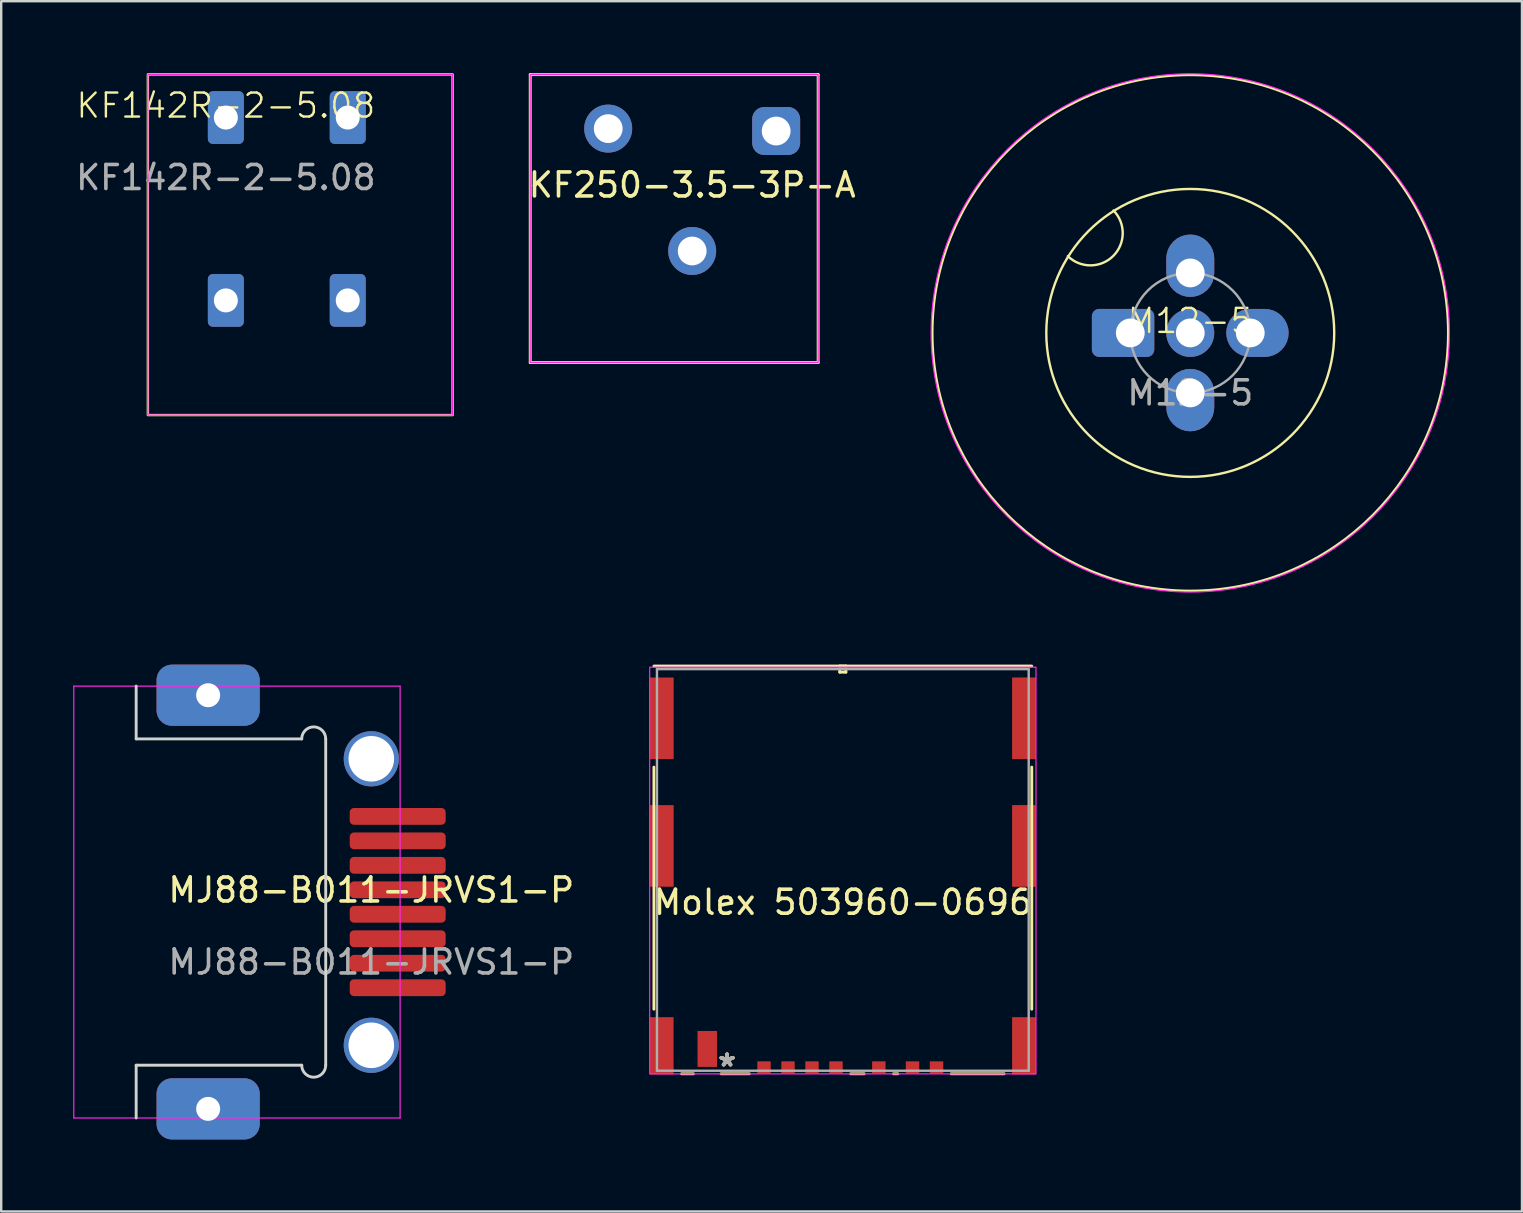
<source format=kicad_pcb>
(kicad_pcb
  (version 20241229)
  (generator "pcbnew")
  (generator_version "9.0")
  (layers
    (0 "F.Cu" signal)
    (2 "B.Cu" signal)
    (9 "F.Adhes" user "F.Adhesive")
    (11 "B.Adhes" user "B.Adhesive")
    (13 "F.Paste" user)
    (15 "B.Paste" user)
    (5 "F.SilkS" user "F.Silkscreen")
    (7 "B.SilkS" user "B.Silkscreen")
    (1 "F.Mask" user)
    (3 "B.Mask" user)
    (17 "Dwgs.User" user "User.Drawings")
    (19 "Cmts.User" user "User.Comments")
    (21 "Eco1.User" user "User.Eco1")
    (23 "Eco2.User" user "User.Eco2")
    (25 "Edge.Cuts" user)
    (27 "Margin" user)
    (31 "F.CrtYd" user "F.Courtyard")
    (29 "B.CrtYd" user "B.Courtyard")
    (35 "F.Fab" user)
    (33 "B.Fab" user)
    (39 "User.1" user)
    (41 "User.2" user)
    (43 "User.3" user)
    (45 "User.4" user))
  (footprint "Molex 503960-0696"
    (layer "F.Cu")
    (at 32.077 33.206)
    (property "Reference" "Molex 503960-0696" (at 0 1.35 0) (layer "F.SilkS") (effects (font (size 1 1) (thickness 0.15))))
    (attr through_hole)
    (fp_line (start -7.874 -4.285) (end -7.874 5.804) (stroke (width 0.12) (type solid)) (layer "F.SilkS"))
    (fp_line (start -6.722 8.496) (end -6.226 8.496) (stroke (width 0.12) (type solid)) (layer "F.SilkS"))
    (fp_line (start -5.074 8.496) (end -3.897 8.496) (stroke (width 0.12) (type solid)) (layer "F.SilkS"))
    (fp_line (start -0.127 -8.496) (end -0.127 -8.242) (stroke (width 0.12) (type solid)) (layer "F.SilkS"))
    (fp_line (start -0.127 -8.242) (end 0.127 -8.242) (stroke (width 0.12) (type solid)) (layer "F.SilkS"))
    (fp_line (start 0.127 -8.496) (end -0.127 -8.496) (stroke (width 0.12) (type solid)) (layer "F.SilkS"))
    (fp_line (start 0.127 -8.242) (end 0.127 -8.496) (stroke (width 0.12) (type solid)) (layer "F.SilkS"))
    (fp_line (start 0.327 8.496) (end 0.888 8.496) (stroke (width 0.12) (type solid)) (layer "F.SilkS"))
    (fp_line (start 2.112 8.496) (end 2.293 8.496) (stroke (width 0.12) (type solid)) (layer "F.SilkS"))
    (fp_line (start 4.517 8.496) (end 6.722 8.496) (stroke (width 0.12) (type solid)) (layer "F.SilkS"))
    (fp_line (start 7.874 -8.496) (end -7.874 -8.496) (stroke (width 0.12) (type solid)) (layer "F.SilkS"))
    (fp_line (start 7.874 5.804) (end 7.874 -4.285) (stroke (width 0.12) (type solid)) (layer "F.SilkS"))
    (fp_rect (start -8.05 -8.45) (end 8.05 8.5) (stroke (width 0.05) (type solid)) (fill no) (layer "F.CrtYd"))
    (fp_line (start -7.747 -8.369) (end -7.747 8.369) (stroke (width 0.1) (type solid)) (layer "F.Fab"))
    (fp_line (start -7.747 8.369) (end 7.747 8.369) (stroke (width 0.1) (type solid)) (layer "F.Fab"))
    (fp_line (start 0 -8.369) (end 0 -8.369) (stroke (width 0.1) (type solid)) (layer "F.Fab"))
    (fp_line (start 0 -8.369) (end 0 -8.369) (stroke (width 0.1) (type solid)) (layer "F.Fab"))
    (fp_line (start 0 -8.369) (end 0 -8.369) (stroke (width 0.1) (type solid)) (layer "F.Fab"))
    (fp_line (start 0 -8.369) (end 0 -8.369) (stroke (width 0.1) (type solid)) (layer "F.Fab"))
    (fp_line (start 7.747 -8.369) (end -7.747 -8.369) (stroke (width 0.1) (type solid)) (layer "F.Fab"))
    (fp_line (start 7.747 8.369) (end 7.747 -8.369) (stroke (width 0.1) (type solid)) (layer "F.Fab"))
    (fp_text user "*" (at -4.825 8.231 0) (layer "F.SilkS") (effects (font (size 1 1) (thickness 0.15))))
    (fp_text user "*" (at -4.825 8.231 0) (layer "F.SilkS") (effects (font (size 1 1) (thickness 0.15))))
    (fp_text user "*" (at -4.825 8.231 0) (layer "F.Fab") (effects (font (size 1 1) (thickness 0.15))))
    (fp_text user "*" (at -4.825 8.231 0) (layer "F.Fab") (effects (font (size 1 1) (thickness 0.15))))
    (pad "9" smd rect (at -7.55 -6.319) (size 1 3.4) (layers "F.Cu" "F.Mask" "F.Paste"))
    (pad "9" smd rect (at -7.55 -1) (size 1 3.4) (layers "F.Cu" "F.Mask" "F.Paste"))
    (pad "10" smd rect (at 7.55 -6.319) (size 0.991 3.404) (layers "F.Cu" "F.Mask" "F.Paste"))
    (pad "10" smd rect (at 7.55 -1) (size 0.991 3.404) (layers "F.Cu" "F.Mask" "F.Paste"))
    (pad "11" smd rect (at -7.55 7.331) (size 0.991 2.388) (layers "F.Cu" "F.Mask" "F.Paste"))
    (pad "12" smd rect (at 7.55 7.331) (size 0.991 2.388) (layers "F.Cu" "F.Mask" "F.Paste"))
    (pad "C1" smd rect (at -2.285 8.231) (size 0.559 0.508) (layers "F.Cu" "F.Mask" "F.Paste"))
    (pad "C2" smd rect (at -0.285 8.231) (size 0.559 0.508) (layers "F.Cu" "F.Mask" "F.Paste"))
    (pad "C3" smd rect (at 3.905 8.231) (size 0.559 0.508) (layers "F.Cu" "F.Mask" "F.Paste"))
    (pad "C5" smd rect (at -3.285 8.231) (size 0.559 0.508) (layers "F.Cu" "F.Mask" "F.Paste"))
    (pad "C6" smd rect (at -1.285 8.231) (size 0.559 0.508) (layers "F.Cu" "F.Mask" "F.Paste"))
    (pad "C7" smd rect (at 2.905 8.231) (size 0.559 0.508) (layers "F.Cu" "F.Mask" "F.Paste"))
    (pad "DL" smd rect (at -5.65 7.461) (size 0.813 1.499) (layers "F.Cu" "F.Mask" "F.Paste"))
    (pad "DS" smd rect (at 1.5 8.231) (size 0.559 0.508) (layers "F.Cu" "F.Mask" "F.Paste"))
    (zone (net_name "") (layer "F.Cu") (hatch edge 0.508) (connect_pads) (min_thickness 0.254) (filled_areas_thickness no) (keepout (tracks not_allowed) (vias not_allowed) (pads not_allowed) (copperpour not_allowed) (footprints not_allowed)) (placement (enabled no)) (fill) (polygon (pts (xy 34.727 40.606) (xy 32.477 40.606) (xy 32.477 38.406) (xy 34.727 38.406))))
    (zone (net_name "") (layer "F.Cu") (hatch edge 0.508) (connect_pads) (min_thickness 0.254) (filled_areas_thickness no) (keepout (tracks not_allowed) (vias not_allowed) (pads not_allowed) (copperpour not_allowed) (footprints not_allowed)) (placement (enabled no)) (fill) (polygon (pts (xy 36.027 36.656) (xy 28.527 36.656) (xy 28.527 24.706) (xy 36.027 24.706)))))
  (footprint "M12-5"
    (layer "F.Cu")
    (at 46.557 10.825)
    (property "Reference" "M12-5" (at 0 -0.5 0) (unlocked yes) (layer "F.SilkS") (effects (font (size 1 1) (thickness 0.1))))
    (attr through_hole)
    (fp_arc (start -3.2 -5.10263) (mid -3.2 -3.2) (end -5.10263 -3.2) (stroke (width 0.1) (type default)) (layer "F.SilkS"))
    (fp_circle (center 0 0) (end 0 -6) (stroke (width 0.1) (type default)) (fill no) (layer "F.SilkS"))
    (fp_circle (center 0 0) (end 10.75 0) (stroke (width 0.1) (type solid)) (fill no) (layer "F.SilkS"))
    (fp_circle (center 0 0) (end 0 -10.8) (stroke (width 0.05) (type default)) (fill no) (layer "F.CrtYd"))
    (fp_circle (center 0 0) (end 0 -2.5) (stroke (width 0.1) (type default)) (fill no) (layer "F.Fab"))
    (fp_text user "${REFERENCE}" (at 0 2.5 0) (unlocked yes) (layer "F.Fab") (effects (font (size 1 1) (thickness 0.15))))
    (pad "1" thru_hole roundrect (at -2.5 0) (size 2.6 2) (drill 1.2 (offset -0.3 0)) (layers "*.Cu" "*.Mask") (roundrect_rratio 0.15))
    (pad "2" thru_hole roundrect (at 0 -2.5 90) (size 2.6 2) (drill 1.2 (offset 0.3 0)) (layers "*.Cu" "*.Mask") (roundrect_rratio 0.5))
    (pad "3" thru_hole roundrect (at 2.5 0) (size 2.6 2) (drill 1.2 (offset 0.3 0)) (layers "*.Cu" "*.Mask") (roundrect_rratio 0.5))
    (pad "4" thru_hole roundrect (at 0 2.5 270) (size 2.6 2) (drill 1.2 (offset 0.3 0)) (layers "*.Cu" "*.Mask") (roundrect_rratio 0.5))
    (pad "5" thru_hole circle (at 0 0) (size 2 2) (drill 1.2) (layers "*.Cu" "*.Mask")))
  (footprint "MJ88-B011-JRVS1-P"
    (layer "F.Cu")
    (at 12.425 34.545)
    (property "Reference" "MJ88-B011-JRVS1-P" (at 0 -0.5 0) (unlocked yes) (layer "F.SilkS") (effects (font (size 1 1) (thickness 0.15))))
    (attr smd)
    (fp_line (start -9.8 -9) (end -9.8 -6.8) (stroke (width 0.12) (type solid)) (layer "Edge.Cuts"))
    (fp_line (start -9.8 -6.8) (end -2.9 -6.8) (stroke (width 0.12) (type solid)) (layer "Edge.Cuts"))
    (fp_line (start -9.8 6.8) (end -9.8 9) (stroke (width 0.12) (type solid)) (layer "Edge.Cuts"))
    (fp_line (start -2.9 6.8) (end -9.8 6.8) (stroke (width 0.12) (type solid)) (layer "Edge.Cuts"))
    (fp_line (start -1.9 -6.8) (end -1.9 6.8) (stroke (width 0.12) (type solid)) (layer "Edge.Cuts"))
    (fp_arc (start -2.9 -6.8) (mid -2.4 -7.3) (end -1.9 -6.8) (stroke (width 0.12) (type solid)) (layer "Edge.Cuts"))
    (fp_arc (start -1.9 6.8) (mid -2.4 7.3) (end -2.9 6.8) (stroke (width 0.12) (type solid)) (layer "Edge.Cuts"))
    (fp_line (start -12.4 -9) (end -12.4 9) (stroke (width 0.05) (type solid)) (layer "F.CrtYd"))
    (fp_line (start -12.4 9) (end 1.2 9) (stroke (width 0.05) (type solid)) (layer "F.CrtYd"))
    (fp_line (start 1.2 -9) (end -12.4 -9) (stroke (width 0.05) (type solid)) (layer "F.CrtYd"))
    (fp_line (start 1.2 0) (end 1.2 -9) (stroke (width 0.05) (type solid)) (layer "F.CrtYd"))
    (fp_line (start 1.2 9) (end 1.2 0) (stroke (width 0.05) (type solid)) (layer "F.CrtYd"))
    (fp_text user "${REFERENCE}" (at 0 2.5 0) (unlocked yes) (layer "F.Fab") (effects (font (size 1 1) (thickness 0.15))))
    (pad "" np_thru_hole circle (at 0 -5.97) (size 2.3 2.3) (drill 1.9) (layers "*.Cu" "*.Mask"))
    (pad "" np_thru_hole circle (at 0 5.97) (size 2.3 2.3) (drill 1.9) (layers "*.Cu" "*.Mask"))
    (pad "1" smd roundrect (at 1.1 -3.57) (size 4 0.7) (layers "F.Cu" "F.Mask" "F.Paste") (roundrect_rratio 0.25))
    (pad "2" smd roundrect (at 1.1 -2.55) (size 4 0.7) (layers "F.Cu" "F.Mask" "F.Paste") (roundrect_rratio 0.25))
    (pad "3" smd roundrect (at 1.1 -1.53) (size 4 0.7) (layers "F.Cu" "F.Mask" "F.Paste") (roundrect_rratio 0.25))
    (pad "4" smd roundrect (at 1.1 -0.51) (size 4 0.7) (layers "F.Cu" "F.Mask" "F.Paste") (roundrect_rratio 0.25))
    (pad "5" smd roundrect (at 1.1 0.51) (size 4 0.7) (layers "F.Cu" "F.Mask" "F.Paste") (roundrect_rratio 0.25))
    (pad "6" smd roundrect (at 1.1 1.53) (size 4 0.7) (layers "F.Cu" "F.Mask" "F.Paste") (roundrect_rratio 0.25))
    (pad "7" smd roundrect (at 1.1 2.55) (size 4 0.7) (layers "F.Cu" "F.Mask" "F.Paste") (roundrect_rratio 0.25))
    (pad "8" smd roundrect (at 1.1 3.57) (size 4 0.7) (layers "F.Cu" "F.Mask" "F.Paste") (roundrect_rratio 0.25))
    (pad "SH" thru_hole roundrect (at -6.8 -8.62) (size 4.3 2.55) (drill 1) (layers "*.Cu" "*.Mask") (roundrect_rratio 0.25))
    (pad "SH" thru_hole roundrect (at -6.8 8.62) (size 4.3 2.55) (drill 1) (layers "*.Cu" "*.Mask") (roundrect_rratio 0.25))
    (zone (net_name "") (layers "F.Cu" "B.Cu") (hatch edge 0.508) (connect_pads) (min_thickness 0.254) (filled_areas_thickness no) (keepout (tracks not_allowed) (vias not_allowed) (pads not_allowed) (copperpour not_allowed) (footprints allowed)) (placement (enabled no)) (fill) (polygon (pts (xy 10.525 41.345) (xy 0.025 41.345) (xy 0.025 27.745) (xy 10.525 27.745)))))
  (footprint "KF142R-2-5.08"
    (layer "F.Cu")
    (at 6.363 1.85)
    (property "Reference" "KF142R-2-5.08" (at 0 -0.5 0) (unlocked yes) (layer "F.SilkS") (effects (font (size 1 1) (thickness 0.1))))
    (attr through_hole)
    (fp_rect (start -3.25 -1.8) (end 9.45 12.4) (stroke (width 0.1) (type default)) (fill no) (layer "F.SilkS"))
    (fp_rect (start -3.25 -1.8) (end 9.45 12.4) (stroke (width 0.05) (type default)) (fill no) (layer "F.CrtYd"))
    (fp_text user "${REFERENCE}" (at 0 2.5 0) (unlocked yes) (layer "F.Fab") (effects (font (size 1 1) (thickness 0.15))))
    (pad "1" thru_hole roundrect (at 0 0) (size 1.5 2.2) (drill 1) (layers "*.Cu" "*.Mask") (roundrect_rratio 0.139))
    (pad "1" thru_hole roundrect (at 0 7.62) (size 1.5 2.2) (drill 1) (layers "*.Cu" "*.Mask") (roundrect_rratio 0.139))
    (pad "2" thru_hole roundrect (at 5.08 0) (size 1.5 2.2) (drill 1) (layers "*.Cu" "*.Mask") (roundrect_rratio 0.139))
    (pad "2" thru_hole roundrect (at 5.08 7.62) (size 1.5 2.2) (drill 1) (layers "*.Cu" "*.Mask") (roundrect_rratio 0.139)))
  (footprint "KF250-3.5-3P-A"
    (layer "F.Cu")
    (at 25.048 6.06)
    (property "Reference" "KF250-3.5-3P-A" (at 0.75 -1.4 0) (layer "F.SilkS") (effects (font (size 1 1) (thickness 0.15))))
    (attr through_hole)
    (fp_line (start -6 -6) (end -6 6) (stroke (width 0.12) (type solid)) (layer "F.SilkS"))
    (fp_line (start -6 6) (end 6 6) (stroke (width 0.12) (type solid)) (layer "F.SilkS"))
    (fp_line (start 6 -6) (end -6 -6) (stroke (width 0.12) (type solid)) (layer "F.SilkS"))
    (fp_line (start 6 6) (end 6 -6) (stroke (width 0.12) (type solid)) (layer "F.SilkS"))
    (fp_rect (start -6 6) (end 6 -6) (stroke (width 0.05) (type default)) (fill no) (layer "F.CrtYd"))
    (pad "1" thru_hole roundrect (at 4.25 -3.65) (size 2 2) (drill 1.2) (layers "*.Cu" "*.Mask") (roundrect_rratio 0.25))
    (pad "2" thru_hole circle (at 0.75 1.35) (size 2 2) (drill 1.2) (layers "*.Cu" "*.Mask"))
    (pad "3" thru_hole circle (at -2.75 -3.75) (size 2 2) (drill 1.2) (layers "*.Cu" "*.Mask")))
  (gr_rect
    (start -3 -3)
    (end 60.382 47.44)
    (stroke (width 0.1) (type default))
    (fill no)
    (layer "Edge.Cuts")))
</source>
